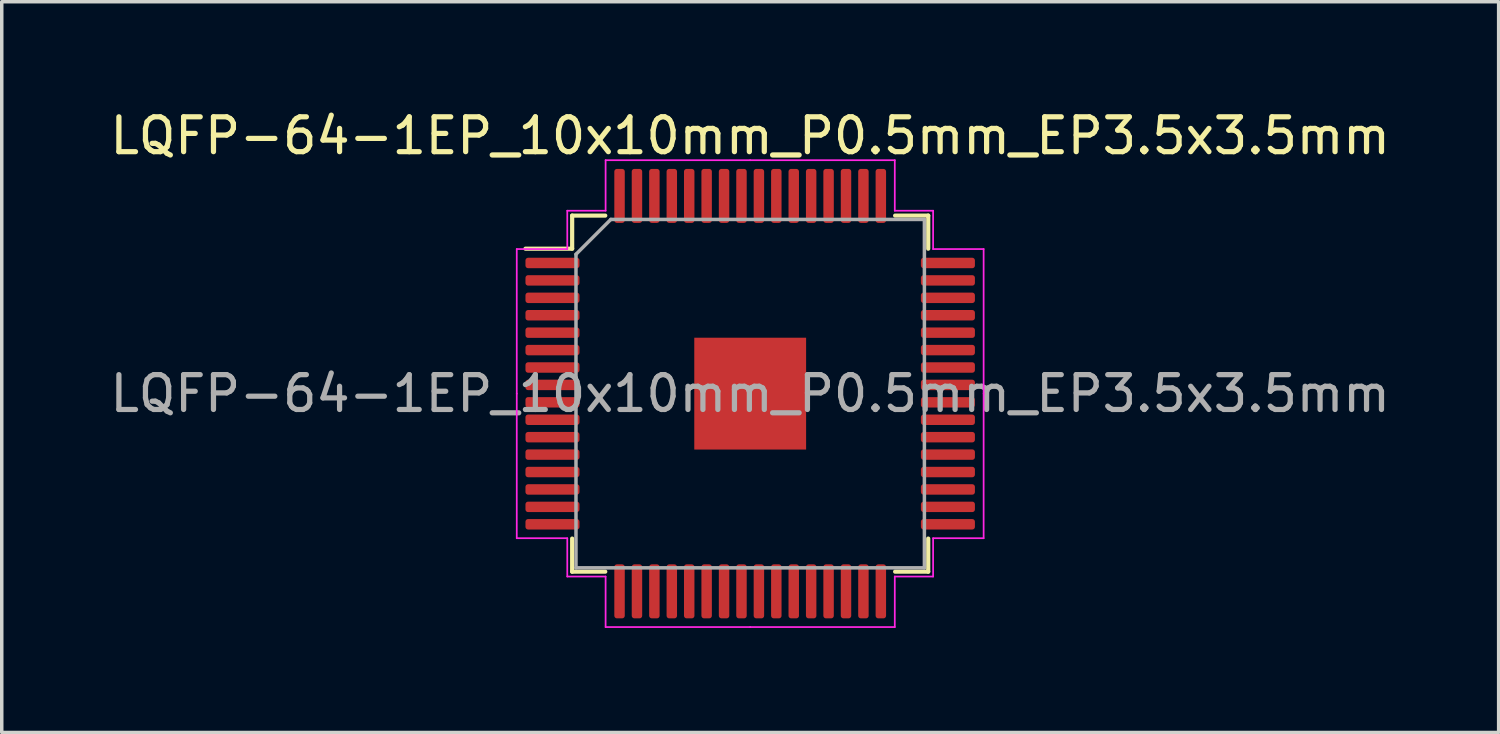
<source format=kicad_pcb>
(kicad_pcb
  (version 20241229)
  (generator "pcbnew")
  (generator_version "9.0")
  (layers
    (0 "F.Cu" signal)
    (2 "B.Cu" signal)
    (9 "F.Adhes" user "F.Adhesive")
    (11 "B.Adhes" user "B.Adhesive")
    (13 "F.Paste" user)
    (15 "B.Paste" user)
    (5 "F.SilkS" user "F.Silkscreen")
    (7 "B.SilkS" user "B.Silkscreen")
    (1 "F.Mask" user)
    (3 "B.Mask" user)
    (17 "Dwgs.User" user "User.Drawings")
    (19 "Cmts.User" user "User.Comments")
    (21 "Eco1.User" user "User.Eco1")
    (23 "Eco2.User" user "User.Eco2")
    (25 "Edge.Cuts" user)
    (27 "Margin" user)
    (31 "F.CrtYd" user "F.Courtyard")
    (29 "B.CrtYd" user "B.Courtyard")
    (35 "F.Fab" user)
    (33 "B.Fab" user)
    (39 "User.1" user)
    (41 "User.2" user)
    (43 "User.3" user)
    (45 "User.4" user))
  (footprint "LQFP-64-1EP_10x10mm_P0.5mm_EP3.5x3.5mm"
    (layer "F.Cu")
    (at 18.482 8.248)
    (property "Reference" "LQFP-64-1EP_10x10mm_P0.5mm_EP3.5x3.5mm" (at 0 -7.4 0) (layer "F.SilkS") (effects (font (size 1 1) (thickness 0.15))))
    (attr smd)
    (fp_line (start -5.11 -5.11) (end -5.11 -4.16) (stroke (width 0.12) (type solid)) (layer "F.SilkS"))
    (fp_line (start -5.11 -4.16) (end -6.45 -4.16) (stroke (width 0.12) (type solid)) (layer "F.SilkS"))
    (fp_line (start -5.11 5.11) (end -5.11 4.16) (stroke (width 0.12) (type solid)) (layer "F.SilkS"))
    (fp_line (start -4.16 -5.11) (end -5.11 -5.11) (stroke (width 0.12) (type solid)) (layer "F.SilkS"))
    (fp_line (start -4.16 5.11) (end -5.11 5.11) (stroke (width 0.12) (type solid)) (layer "F.SilkS"))
    (fp_line (start 4.16 -5.11) (end 5.11 -5.11) (stroke (width 0.12) (type solid)) (layer "F.SilkS"))
    (fp_line (start 4.16 5.11) (end 5.11 5.11) (stroke (width 0.12) (type solid)) (layer "F.SilkS"))
    (fp_line (start 5.11 -5.11) (end 5.11 -4.16) (stroke (width 0.12) (type solid)) (layer "F.SilkS"))
    (fp_line (start 5.11 5.11) (end 5.11 4.16) (stroke (width 0.12) (type solid)) (layer "F.SilkS"))
    (fp_line (start -6.7 -4.15) (end -6.7 0) (stroke (width 0.05) (type solid)) (layer "F.CrtYd"))
    (fp_line (start -6.7 4.15) (end -6.7 0) (stroke (width 0.05) (type solid)) (layer "F.CrtYd"))
    (fp_line (start -5.25 -5.25) (end -5.25 -4.15) (stroke (width 0.05) (type solid)) (layer "F.CrtYd"))
    (fp_line (start -5.25 -4.15) (end -6.7 -4.15) (stroke (width 0.05) (type solid)) (layer "F.CrtYd"))
    (fp_line (start -5.25 4.15) (end -6.7 4.15) (stroke (width 0.05) (type solid)) (layer "F.CrtYd"))
    (fp_line (start -5.25 5.25) (end -5.25 4.15) (stroke (width 0.05) (type solid)) (layer "F.CrtYd"))
    (fp_line (start -4.15 -6.7) (end -4.15 -5.25) (stroke (width 0.05) (type solid)) (layer "F.CrtYd"))
    (fp_line (start -4.15 -5.25) (end -5.25 -5.25) (stroke (width 0.05) (type solid)) (layer "F.CrtYd"))
    (fp_line (start -4.15 5.25) (end -5.25 5.25) (stroke (width 0.05) (type solid)) (layer "F.CrtYd"))
    (fp_line (start -4.15 6.7) (end -4.15 5.25) (stroke (width 0.05) (type solid)) (layer "F.CrtYd"))
    (fp_line (start 0 -6.7) (end -4.15 -6.7) (stroke (width 0.05) (type solid)) (layer "F.CrtYd"))
    (fp_line (start 0 -6.7) (end 4.15 -6.7) (stroke (width 0.05) (type solid)) (layer "F.CrtYd"))
    (fp_line (start 0 6.7) (end -4.15 6.7) (stroke (width 0.05) (type solid)) (layer "F.CrtYd"))
    (fp_line (start 0 6.7) (end 4.15 6.7) (stroke (width 0.05) (type solid)) (layer "F.CrtYd"))
    (fp_line (start 4.15 -6.7) (end 4.15 -5.25) (stroke (width 0.05) (type solid)) (layer "F.CrtYd"))
    (fp_line (start 4.15 -5.25) (end 5.25 -5.25) (stroke (width 0.05) (type solid)) (layer "F.CrtYd"))
    (fp_line (start 4.15 5.25) (end 5.25 5.25) (stroke (width 0.05) (type solid)) (layer "F.CrtYd"))
    (fp_line (start 4.15 6.7) (end 4.15 5.25) (stroke (width 0.05) (type solid)) (layer "F.CrtYd"))
    (fp_line (start 5.25 -5.25) (end 5.25 -4.15) (stroke (width 0.05) (type solid)) (layer "F.CrtYd"))
    (fp_line (start 5.25 -4.15) (end 6.7 -4.15) (stroke (width 0.05) (type solid)) (layer "F.CrtYd"))
    (fp_line (start 5.25 4.15) (end 6.7 4.15) (stroke (width 0.05) (type solid)) (layer "F.CrtYd"))
    (fp_line (start 5.25 5.25) (end 5.25 4.15) (stroke (width 0.05) (type solid)) (layer "F.CrtYd"))
    (fp_line (start 6.7 -4.15) (end 6.7 0) (stroke (width 0.05) (type solid)) (layer "F.CrtYd"))
    (fp_line (start 6.7 4.15) (end 6.7 0) (stroke (width 0.05) (type solid)) (layer "F.CrtYd"))
    (fp_line (start -5 -4) (end -4 -5) (stroke (width 0.1) (type solid)) (layer "F.Fab"))
    (fp_line (start -5 5) (end -5 -4) (stroke (width 0.1) (type solid)) (layer "F.Fab"))
    (fp_line (start -4 -5) (end 5 -5) (stroke (width 0.1) (type solid)) (layer "F.Fab"))
    (fp_line (start 5 -5) (end 5 5) (stroke (width 0.1) (type solid)) (layer "F.Fab"))
    (fp_line (start 5 5) (end -5 5) (stroke (width 0.1) (type solid)) (layer "F.Fab"))
    (fp_text user "${REFERENCE}" (at 0 0 0) (layer "F.Fab") (effects (font (size 1 1) (thickness 0.15))))
    (pad "" smd roundrect (at -1 -1) (size 0.81 0.81) (layers "F.Paste") (roundrect_rratio 0.25))
    (pad "" smd roundrect (at -1 0) (size 0.81 0.81) (layers "F.Paste") (roundrect_rratio 0.25))
    (pad "" smd roundrect (at -1 1) (size 0.81 0.81) (layers "F.Paste") (roundrect_rratio 0.25))
    (pad "" smd roundrect (at 0 -1) (size 0.81 0.81) (layers "F.Paste") (roundrect_rratio 0.25))
    (pad "" smd roundrect (at 0 0) (size 0.81 0.81) (layers "F.Paste") (roundrect_rratio 0.25))
    (pad "" smd roundrect (at 0 1) (size 0.81 0.81) (layers "F.Paste") (roundrect_rratio 0.25))
    (pad "" smd roundrect (at 1 -1) (size 0.81 0.81) (layers "F.Paste") (roundrect_rratio 0.25))
    (pad "" smd roundrect (at 1 0) (size 0.81 0.81) (layers "F.Paste") (roundrect_rratio 0.25))
    (pad "" smd roundrect (at 1 1) (size 0.81 0.81) (layers "F.Paste") (roundrect_rratio 0.25))
    (pad "1" smd roundrect (at -5.675 -3.75) (size 1.55 0.3) (layers "F.Cu" "F.Mask" "F.Paste") (roundrect_rratio 0.25))
    (pad "2" smd roundrect (at -5.675 -3.25) (size 1.55 0.3) (layers "F.Cu" "F.Mask" "F.Paste") (roundrect_rratio 0.25))
    (pad "3" smd roundrect (at -5.675 -2.75) (size 1.55 0.3) (layers "F.Cu" "F.Mask" "F.Paste") (roundrect_rratio 0.25))
    (pad "4" smd roundrect (at -5.675 -2.25) (size 1.55 0.3) (layers "F.Cu" "F.Mask" "F.Paste") (roundrect_rratio 0.25))
    (pad "5" smd roundrect (at -5.675 -1.75) (size 1.55 0.3) (layers "F.Cu" "F.Mask" "F.Paste") (roundrect_rratio 0.25))
    (pad "6" smd roundrect (at -5.675 -1.25) (size 1.55 0.3) (layers "F.Cu" "F.Mask" "F.Paste") (roundrect_rratio 0.25))
    (pad "7" smd roundrect (at -5.675 -0.75) (size 1.55 0.3) (layers "F.Cu" "F.Mask" "F.Paste") (roundrect_rratio 0.25))
    (pad "8" smd roundrect (at -5.675 -0.25) (size 1.55 0.3) (layers "F.Cu" "F.Mask" "F.Paste") (roundrect_rratio 0.25))
    (pad "9" smd roundrect (at -5.675 0.25) (size 1.55 0.3) (layers "F.Cu" "F.Mask" "F.Paste") (roundrect_rratio 0.25))
    (pad "10" smd roundrect (at -5.675 0.75) (size 1.55 0.3) (layers "F.Cu" "F.Mask" "F.Paste") (roundrect_rratio 0.25))
    (pad "11" smd roundrect (at -5.675 1.25) (size 1.55 0.3) (layers "F.Cu" "F.Mask" "F.Paste") (roundrect_rratio 0.25))
    (pad "12" smd roundrect (at -5.675 1.75) (size 1.55 0.3) (layers "F.Cu" "F.Mask" "F.Paste") (roundrect_rratio 0.25))
    (pad "13" smd roundrect (at -5.675 2.25) (size 1.55 0.3) (layers "F.Cu" "F.Mask" "F.Paste") (roundrect_rratio 0.25))
    (pad "14" smd roundrect (at -5.675 2.75) (size 1.55 0.3) (layers "F.Cu" "F.Mask" "F.Paste") (roundrect_rratio 0.25))
    (pad "15" smd roundrect (at -5.675 3.25) (size 1.55 0.3) (layers "F.Cu" "F.Mask" "F.Paste") (roundrect_rratio 0.25))
    (pad "16" smd roundrect (at -5.675 3.75) (size 1.55 0.3) (layers "F.Cu" "F.Mask" "F.Paste") (roundrect_rratio 0.25))
    (pad "17" smd roundrect (at -3.75 5.675) (size 0.3 1.55) (layers "F.Cu" "F.Mask" "F.Paste") (roundrect_rratio 0.25))
    (pad "18" smd roundrect (at -3.25 5.675) (size 0.3 1.55) (layers "F.Cu" "F.Mask" "F.Paste") (roundrect_rratio 0.25))
    (pad "19" smd roundrect (at -2.75 5.675) (size 0.3 1.55) (layers "F.Cu" "F.Mask" "F.Paste") (roundrect_rratio 0.25))
    (pad "20" smd roundrect (at -2.25 5.675) (size 0.3 1.55) (layers "F.Cu" "F.Mask" "F.Paste") (roundrect_rratio 0.25))
    (pad "21" smd roundrect (at -1.75 5.675) (size 0.3 1.55) (layers "F.Cu" "F.Mask" "F.Paste") (roundrect_rratio 0.25))
    (pad "22" smd roundrect (at -1.25 5.675) (size 0.3 1.55) (layers "F.Cu" "F.Mask" "F.Paste") (roundrect_rratio 0.25))
    (pad "23" smd roundrect (at -0.75 5.675) (size 0.3 1.55) (layers "F.Cu" "F.Mask" "F.Paste") (roundrect_rratio 0.25))
    (pad "24" smd roundrect (at -0.25 5.675) (size 0.3 1.55) (layers "F.Cu" "F.Mask" "F.Paste") (roundrect_rratio 0.25))
    (pad "25" smd roundrect (at 0.25 5.675) (size 0.3 1.55) (layers "F.Cu" "F.Mask" "F.Paste") (roundrect_rratio 0.25))
    (pad "26" smd roundrect (at 0.75 5.675) (size 0.3 1.55) (layers "F.Cu" "F.Mask" "F.Paste") (roundrect_rratio 0.25))
    (pad "27" smd roundrect (at 1.25 5.675) (size 0.3 1.55) (layers "F.Cu" "F.Mask" "F.Paste") (roundrect_rratio 0.25))
    (pad "28" smd roundrect (at 1.75 5.675) (size 0.3 1.55) (layers "F.Cu" "F.Mask" "F.Paste") (roundrect_rratio 0.25))
    (pad "29" smd roundrect (at 2.25 5.675) (size 0.3 1.55) (layers "F.Cu" "F.Mask" "F.Paste") (roundrect_rratio 0.25))
    (pad "30" smd roundrect (at 2.75 5.675) (size 0.3 1.55) (layers "F.Cu" "F.Mask" "F.Paste") (roundrect_rratio 0.25))
    (pad "31" smd roundrect (at 3.25 5.675) (size 0.3 1.55) (layers "F.Cu" "F.Mask" "F.Paste") (roundrect_rratio 0.25))
    (pad "32" smd roundrect (at 3.75 5.675) (size 0.3 1.55) (layers "F.Cu" "F.Mask" "F.Paste") (roundrect_rratio 0.25))
    (pad "33" smd roundrect (at 5.675 3.75) (size 1.55 0.3) (layers "F.Cu" "F.Mask" "F.Paste") (roundrect_rratio 0.25))
    (pad "34" smd roundrect (at 5.675 3.25) (size 1.55 0.3) (layers "F.Cu" "F.Mask" "F.Paste") (roundrect_rratio 0.25))
    (pad "35" smd roundrect (at 5.675 2.75) (size 1.55 0.3) (layers "F.Cu" "F.Mask" "F.Paste") (roundrect_rratio 0.25))
    (pad "36" smd roundrect (at 5.675 2.25) (size 1.55 0.3) (layers "F.Cu" "F.Mask" "F.Paste") (roundrect_rratio 0.25))
    (pad "37" smd roundrect (at 5.675 1.75) (size 1.55 0.3) (layers "F.Cu" "F.Mask" "F.Paste") (roundrect_rratio 0.25))
    (pad "38" smd roundrect (at 5.675 1.25) (size 1.55 0.3) (layers "F.Cu" "F.Mask" "F.Paste") (roundrect_rratio 0.25))
    (pad "39" smd roundrect (at 5.675 0.75) (size 1.55 0.3) (layers "F.Cu" "F.Mask" "F.Paste") (roundrect_rratio 0.25))
    (pad "40" smd roundrect (at 5.675 0.25) (size 1.55 0.3) (layers "F.Cu" "F.Mask" "F.Paste") (roundrect_rratio 0.25))
    (pad "41" smd roundrect (at 5.675 -0.25) (size 1.55 0.3) (layers "F.Cu" "F.Mask" "F.Paste") (roundrect_rratio 0.25))
    (pad "42" smd roundrect (at 5.675 -0.75) (size 1.55 0.3) (layers "F.Cu" "F.Mask" "F.Paste") (roundrect_rratio 0.25))
    (pad "43" smd roundrect (at 5.675 -1.25) (size 1.55 0.3) (layers "F.Cu" "F.Mask" "F.Paste") (roundrect_rratio 0.25))
    (pad "44" smd roundrect (at 5.675 -1.75) (size 1.55 0.3) (layers "F.Cu" "F.Mask" "F.Paste") (roundrect_rratio 0.25))
    (pad "45" smd roundrect (at 5.675 -2.25) (size 1.55 0.3) (layers "F.Cu" "F.Mask" "F.Paste") (roundrect_rratio 0.25))
    (pad "46" smd roundrect (at 5.675 -2.75) (size 1.55 0.3) (layers "F.Cu" "F.Mask" "F.Paste") (roundrect_rratio 0.25))
    (pad "47" smd roundrect (at 5.675 -3.25) (size 1.55 0.3) (layers "F.Cu" "F.Mask" "F.Paste") (roundrect_rratio 0.25))
    (pad "48" smd roundrect (at 5.675 -3.75) (size 1.55 0.3) (layers "F.Cu" "F.Mask" "F.Paste") (roundrect_rratio 0.25))
    (pad "49" smd roundrect (at 3.75 -5.675) (size 0.3 1.55) (layers "F.Cu" "F.Mask" "F.Paste") (roundrect_rratio 0.25))
    (pad "50" smd roundrect (at 3.25 -5.675) (size 0.3 1.55) (layers "F.Cu" "F.Mask" "F.Paste") (roundrect_rratio 0.25))
    (pad "51" smd roundrect (at 2.75 -5.675) (size 0.3 1.55) (layers "F.Cu" "F.Mask" "F.Paste") (roundrect_rratio 0.25))
    (pad "52" smd roundrect (at 2.25 -5.675) (size 0.3 1.55) (layers "F.Cu" "F.Mask" "F.Paste") (roundrect_rratio 0.25))
    (pad "53" smd roundrect (at 1.75 -5.675) (size 0.3 1.55) (layers "F.Cu" "F.Mask" "F.Paste") (roundrect_rratio 0.25))
    (pad "54" smd roundrect (at 1.25 -5.675) (size 0.3 1.55) (layers "F.Cu" "F.Mask" "F.Paste") (roundrect_rratio 0.25))
    (pad "55" smd roundrect (at 0.75 -5.675) (size 0.3 1.55) (layers "F.Cu" "F.Mask" "F.Paste") (roundrect_rratio 0.25))
    (pad "56" smd roundrect (at 0.25 -5.675) (size 0.3 1.55) (layers "F.Cu" "F.Mask" "F.Paste") (roundrect_rratio 0.25))
    (pad "57" smd roundrect (at -0.25 -5.675) (size 0.3 1.55) (layers "F.Cu" "F.Mask" "F.Paste") (roundrect_rratio 0.25))
    (pad "58" smd roundrect (at -0.75 -5.675) (size 0.3 1.55) (layers "F.Cu" "F.Mask" "F.Paste") (roundrect_rratio 0.25))
    (pad "59" smd roundrect (at -1.25 -5.675) (size 0.3 1.55) (layers "F.Cu" "F.Mask" "F.Paste") (roundrect_rratio 0.25))
    (pad "60" smd roundrect (at -1.75 -5.675) (size 0.3 1.55) (layers "F.Cu" "F.Mask" "F.Paste") (roundrect_rratio 0.25))
    (pad "61" smd roundrect (at -2.25 -5.675) (size 0.3 1.55) (layers "F.Cu" "F.Mask" "F.Paste") (roundrect_rratio 0.25))
    (pad "62" smd roundrect (at -2.75 -5.675) (size 0.3 1.55) (layers "F.Cu" "F.Mask" "F.Paste") (roundrect_rratio 0.25))
    (pad "63" smd roundrect (at -3.25 -5.675) (size 0.3 1.55) (layers "F.Cu" "F.Mask" "F.Paste") (roundrect_rratio 0.25))
    (pad "64" smd roundrect (at -3.75 -5.675) (size 0.3 1.55) (layers "F.Cu" "F.Mask" "F.Paste") (roundrect_rratio 0.25))
    (pad "65" smd rect (at 0 0) (size 3.21 3.21) (layers "F.Cu" "F.Mask"))
    (zone (net_name "") (layer "F.Cu") (hatch edge 0.5) (connect_pads) (min_thickness 0.25) (filled_areas_thickness no) (keepout (tracks not_allowed) (vias not_allowed) (pads not_allowed) (copperpour allowed) (footprints allowed)) (placement (enabled no)) (fill) (polygon (pts (xy 16.577 6.348) (xy 16.827 6.348) (xy 16.827 10.148) (xy 16.577 10.148))))
    (zone (net_name "") (layer "F.Cu") (hatch edge 0.5) (connect_pads) (min_thickness 0.25) (filled_areas_thickness no) (keepout (tracks not_allowed) (vias not_allowed) (pads not_allowed) (copperpour allowed) (footprints allowed)) (placement (enabled no)) (fill) (polygon (pts (xy 20.132 6.348) (xy 20.382 6.348) (xy 20.382 10.148) (xy 20.132 10.148))))
    (zone (net_name "") (layer "F.Cu") (name "hatchOut") (hatch edge 0.5) (connect_pads) (min_thickness 0.25) (filled_areas_thickness no) (keepout (tracks not_allowed) (vias not_allowed) (pads not_allowed) (copperpour allowed) (footprints allowed)) (placement (enabled no)) (fill) (polygon (pts (xy 20.282 6.598) (xy 20.282 6.348) (xy 16.732 6.348) (xy 16.732 6.598))))
    (zone (net_name "") (layer "F.Cu") (name "hatchOut") (hatch edge 0.5) (connect_pads) (min_thickness 0.25) (filled_areas_thickness no) (keepout (tracks not_allowed) (vias not_allowed) (pads not_allowed) (copperpour allowed) (footprints allowed)) (placement (enabled no)) (fill) (polygon (pts (xy 20.282 10.148) (xy 20.282 9.898) (xy 16.732 9.898) (xy 16.732 10.148)))))
  (gr_rect
    (start -3 -3)
    (end 39.964 17.973)
    (stroke (width 0.1) (type default))
    (fill no)
    (layer "Edge.Cuts")))
</source>
